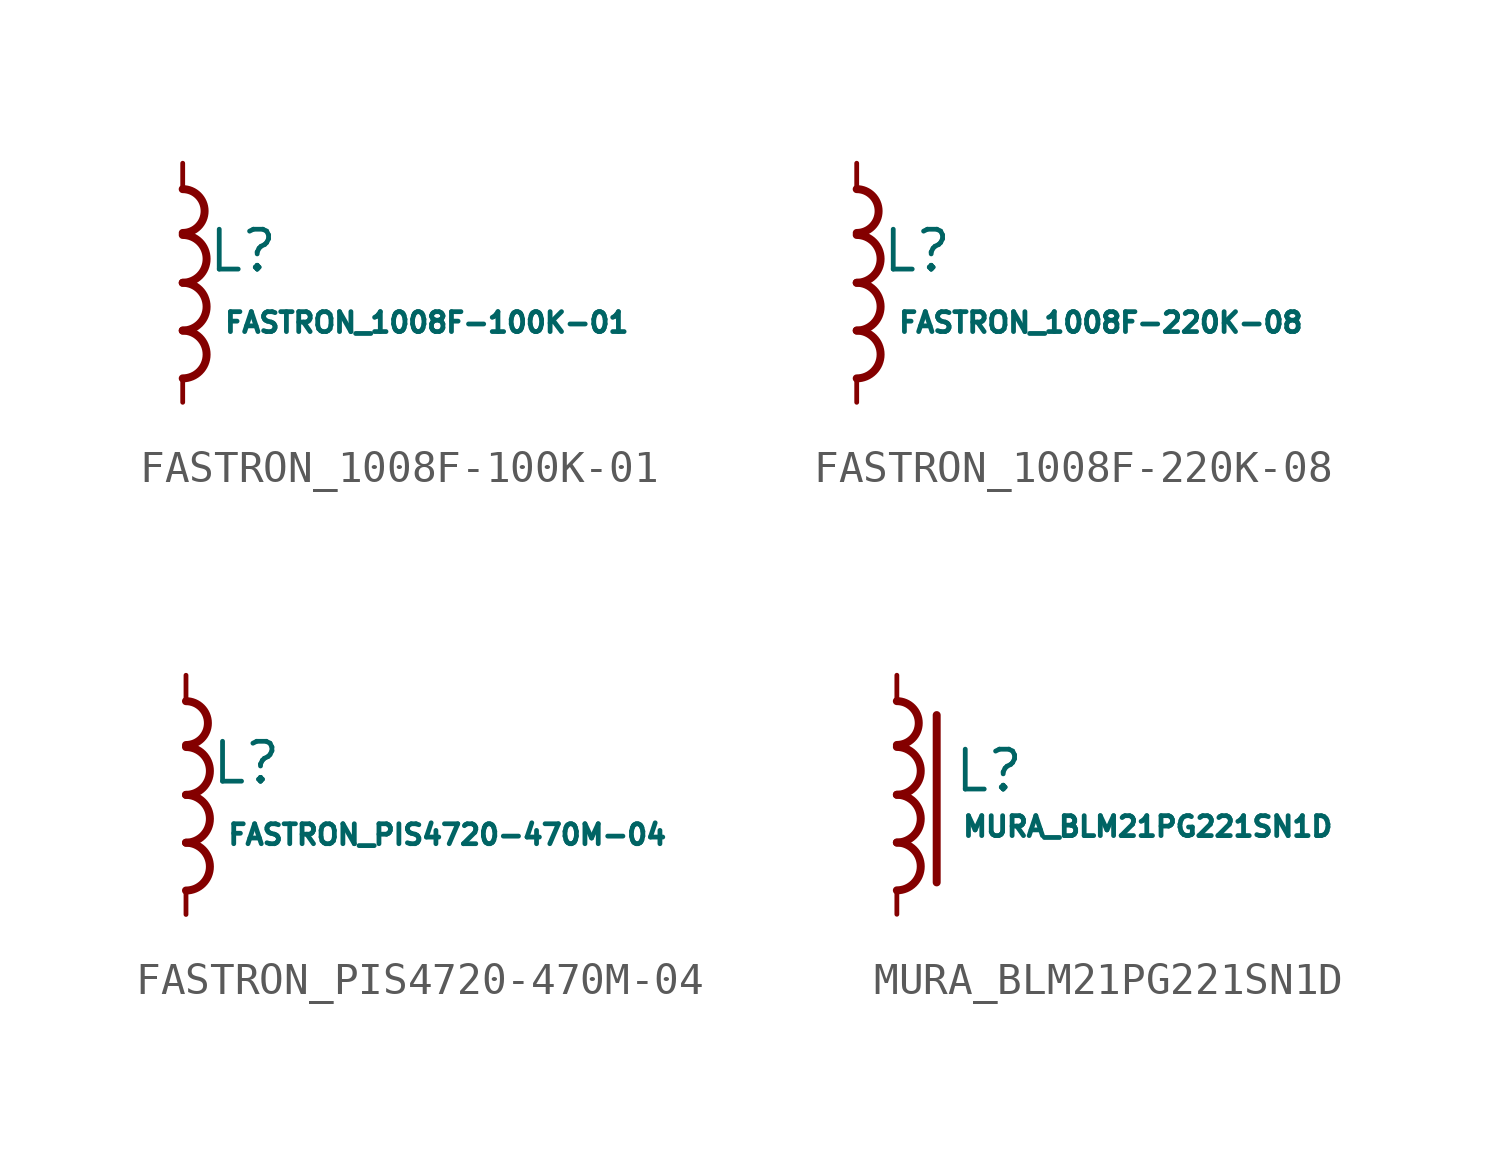
<source format=kicad_sym>
(kicad_symbol_lib
  (version 20231120)
  (generator "kicad_symbol_editor")
  (generator_version "8.0")
  (symbol "FASTRON_1008F-100K-01"
    (pin_numbers hide)
    (pin_names
      (offset 0.254) hide)
    (property "Reference" "L"
      (at 0.762 1.016 0)
      (effects (font (size 1.27 1.27)) (justify left)))
    (property "Value" "FASTRON_1008F-100K-01"
      (at 1.27 -1.27 0)
      (effects (font (size 0.635 0.635)) (justify left)))
    (symbol "FASTRON_1008F-100K-01_1_1"
      (arc (start 0 -3.048) (mid 0.762 -2.286) (end 0 -1.524) (stroke (width 0.254) (type default)) (fill (type none)))
      (arc (start 0 -1.524) (mid 0.762 -0.762) (end 0 0) (stroke (width 0.254) (type default)) (fill (type none)))
      (arc (start 0 0) (mid 0.762 0.762) (end 0 1.524) (stroke (width 0.254) (type default)) (fill (type none)))
      (arc (start 0.0005 1.5875) (mid 0.6985 2.2865) (end -0.0006 2.9845) (stroke (width 0.254) (type default)) (fill (type none)))
      (pin passive line (at 0 3.81 270) (length 0.762) (name "~" (effects (font (size 1.27 1.27)))) (number "1" (effects (font (size 1.27 1.27)))))
      (pin passive line (at 0 -3.81 90) (length 0.762) (name "~" (effects (font (size 1.27 1.27)))) (number "2" (effects (font (size 1.27 1.27)))))))
  (symbol "FASTRON_1008F-220K-08"
    (pin_numbers hide)
    (pin_names
      (offset 0.254) hide)
    (property "Reference" "L"
      (at 0.762 1.016 0)
      (effects (font (size 1.27 1.27)) (justify left)))
    (property "Value" "FASTRON_1008F-220K-08"
      (at 1.27 -1.27 0)
      (effects (font (size 0.635 0.635)) (justify left)))
    (symbol "FASTRON_1008F-220K-08_1_1"
      (arc (start 0 -3.048) (mid 0.762 -2.286) (end 0 -1.524) (stroke (width 0.254) (type default)) (fill (type none)))
      (arc (start 0 -1.524) (mid 0.762 -0.762) (end 0 0) (stroke (width 0.254) (type default)) (fill (type none)))
      (arc (start 0 0) (mid 0.762 0.762) (end 0 1.524) (stroke (width 0.254) (type default)) (fill (type none)))
      (arc (start 0.0005 1.5875) (mid 0.6985 2.2865) (end -0.0006 2.9845) (stroke (width 0.254) (type default)) (fill (type none)))
      (pin passive line (at 0 3.81 270) (length 0.762) (name "~" (effects (font (size 1.27 1.27)))) (number "1" (effects (font (size 1.27 1.27)))))
      (pin passive line (at 0 -3.81 90) (length 0.762) (name "~" (effects (font (size 1.27 1.27)))) (number "2" (effects (font (size 1.27 1.27)))))))
  (symbol "FASTRON_PIS4720-470M-04"
    (pin_numbers hide)
    (pin_names
      (offset 0.254) hide)
    (property "Reference" "L"
      (at 0.762 1.016 0)
      (effects (font (size 1.27 1.27)) (justify left)))
    (property "Value" "FASTRON_PIS4720-470M-04"
      (at 1.27 -1.27 0)
      (effects (font (size 0.635 0.635)) (justify left)))
    (symbol "FASTRON_PIS4720-470M-04_1_1"
      (arc (start 0 -3.048) (mid 0.762 -2.286) (end 0 -1.524) (stroke (width 0.254) (type default)) (fill (type none)))
      (arc (start 0 -1.524) (mid 0.762 -0.762) (end 0 0) (stroke (width 0.254) (type default)) (fill (type none)))
      (arc (start 0 0) (mid 0.762 0.762) (end 0 1.524) (stroke (width 0.254) (type default)) (fill (type none)))
      (arc (start 0.0005 1.5875) (mid 0.6985 2.2865) (end -0.0006 2.9845) (stroke (width 0.254) (type default)) (fill (type none)))
      (pin passive line (at 0 3.81 270) (length 0.762) (name "~" (effects (font (size 1.27 1.27)))) (number "1" (effects (font (size 1.27 1.27)))))
      (pin passive line (at 0 -3.81 90) (length 0.762) (name "~" (effects (font (size 1.27 1.27)))) (number "2" (effects (font (size 1.27 1.27)))))))
  (symbol "MURA_BLM21PG221SN1D"
    (pin_numbers hide)
    (pin_names
      (offset 0.254) hide)
    (property "Reference" "L"
      (at 1.778 0.762 0)
      (effects (font (size 1.27 1.27)) (justify left)))
    (property "Value" "MURA_BLM21PG221SN1D"
      (at 2.032 -1.016 0)
      (effects (font (size 0.635 0.635)) (justify left)))
    (symbol "MURA_BLM21PG221SN1D_1_1"
      (arc (start 0 -3.048) (mid 0.762 -2.286) (end 0 -1.524) (stroke (width 0.254) (type default)) (fill (type none)))
      (arc (start 0 -1.524) (mid 0.762 -0.762) (end 0 0) (stroke (width 0.254) (type default)) (fill (type none)))
      (polyline (pts (xy 1.27 -2.794) (xy 1.27 2.54)) (stroke (width 0.254) (type default)) (fill (type none)))
      (arc (start 0 0) (mid 0.762 0.762) (end 0 1.524) (stroke (width 0.254) (type default)) (fill (type none)))
      (arc (start 0.0005 1.5875) (mid 0.6985 2.2865) (end -0.0006 2.9845) (stroke (width 0.254) (type default)) (fill (type none)))
      (pin passive line (at 0 3.81 270) (length 0.762) (name "~" (effects (font (size 1.27 1.27)))) (number "1" (effects (font (size 1.27 1.27)))))
      (pin passive line (at 0 -3.81 90) (length 0.762) (name "~" (effects (font (size 1.27 1.27)))) (number "2" (effects (font (size 1.27 1.27))))))))
</source>
